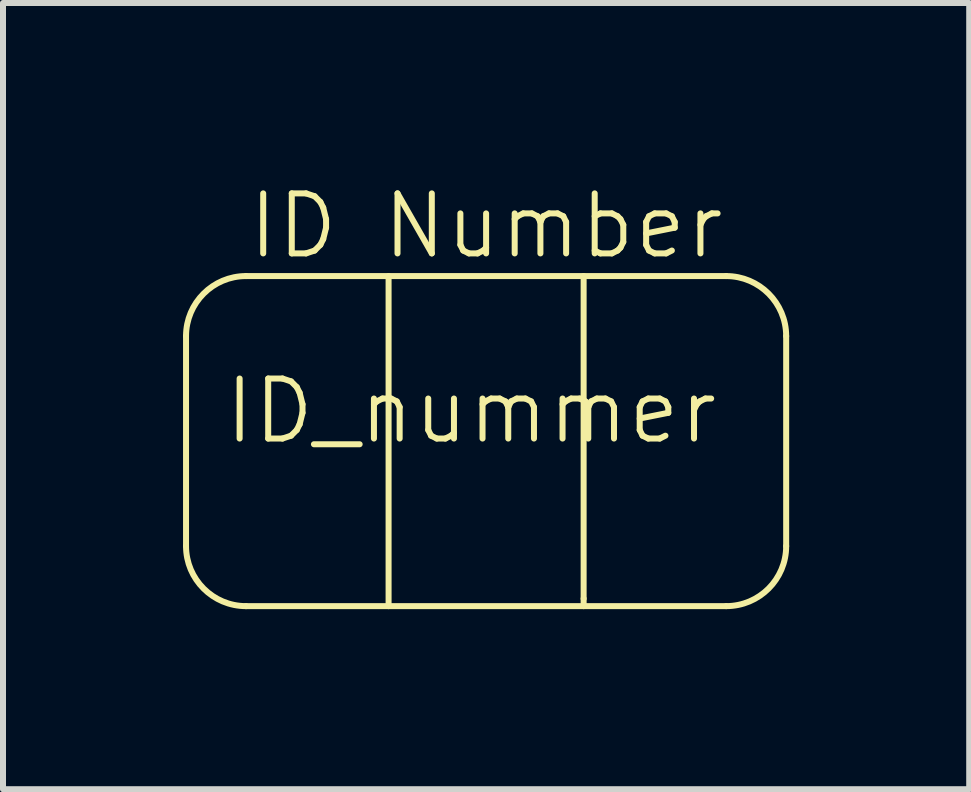
<source format=kicad_pcb>
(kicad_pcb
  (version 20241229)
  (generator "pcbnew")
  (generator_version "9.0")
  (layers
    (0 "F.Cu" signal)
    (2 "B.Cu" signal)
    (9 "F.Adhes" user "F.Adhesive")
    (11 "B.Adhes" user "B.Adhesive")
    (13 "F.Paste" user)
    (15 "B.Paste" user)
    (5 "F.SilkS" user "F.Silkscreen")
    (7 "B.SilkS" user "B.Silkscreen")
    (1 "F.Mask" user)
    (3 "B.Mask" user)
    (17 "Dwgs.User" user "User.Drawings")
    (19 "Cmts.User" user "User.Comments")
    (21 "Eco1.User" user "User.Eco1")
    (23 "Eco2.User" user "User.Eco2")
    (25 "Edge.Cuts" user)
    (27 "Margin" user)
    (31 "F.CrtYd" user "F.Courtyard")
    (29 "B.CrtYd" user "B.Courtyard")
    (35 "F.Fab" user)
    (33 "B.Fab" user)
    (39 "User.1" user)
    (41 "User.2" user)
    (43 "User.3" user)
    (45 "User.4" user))
  (footprint "ID_nummer"
    (layer "F.Cu")
    (at 4.8 4.3)
    (property "Reference" "ID_nummer" (at 0 -0.5 0) (unlocked yes) (layer "F.SilkS") (effects (font (size 1 1) (thickness 0.1))))
    (attr smd)
    (fp_line (start -4.25 -0.5) (end -4.25 -1.75) (stroke (width 0.5) (type solid)) (layer "F.Mask"))
    (fp_line (start -4.25 0.5) (end -4.25 1.75) (stroke (width 0.5) (type solid)) (layer "F.Mask"))
    (fp_line (start -3.875 -2.25) (end -2.125 -2.25) (stroke (width 0.5) (type solid)) (layer "F.Mask"))
    (fp_line (start -3.75 0) (end -2.25 0) (stroke (width 0.5) (type solid)) (layer "F.Mask"))
    (fp_line (start -2.125 2.25) (end -3.875 2.25) (stroke (width 0.5) (type solid)) (layer "F.Mask"))
    (fp_line (start -1.75 -0.5) (end -1.75 -1.75) (stroke (width 0.5) (type solid)) (layer "F.Mask"))
    (fp_line (start -1.75 1.75) (end -1.75 0.5) (stroke (width 0.5) (type solid)) (layer "F.Mask"))
    (fp_line (start -1 -0.5) (end -1 -1.75) (stroke (width 0.5) (type solid)) (layer "F.Mask"))
    (fp_line (start -1 0.5) (end -1 1.75) (stroke (width 0.5) (type solid)) (layer "F.Mask"))
    (fp_line (start -0.625 -2.25) (end 1.125 -2.25) (stroke (width 0.5) (type solid)) (layer "F.Mask"))
    (fp_line (start -0.5 0) (end 1 0) (stroke (width 0.5) (type solid)) (layer "F.Mask"))
    (fp_line (start 1.125 2.25) (end -0.625 2.25) (stroke (width 0.5) (type solid)) (layer "F.Mask"))
    (fp_line (start 1.5 -0.5) (end 1.5 -1.75) (stroke (width 0.5) (type solid)) (layer "F.Mask"))
    (fp_line (start 1.5 1.75) (end 1.5 0.5) (stroke (width 0.5) (type solid)) (layer "F.Mask"))
    (fp_line (start 2.25 -0.5) (end 2.25 -1.75) (stroke (width 0.5) (type solid)) (layer "F.Mask"))
    (fp_line (start 2.25 0.5) (end 2.25 1.75) (stroke (width 0.5) (type solid)) (layer "F.Mask"))
    (fp_line (start 2.625 -2.25) (end 4.375 -2.25) (stroke (width 0.5) (type solid)) (layer "F.Mask"))
    (fp_line (start 2.75 0) (end 4.25 0) (stroke (width 0.5) (type solid)) (layer "F.Mask"))
    (fp_line (start 4.375 2.25) (end 2.625 2.25) (stroke (width 0.5) (type solid)) (layer "F.Mask"))
    (fp_line (start 4.75 -0.5) (end 4.75 -1.75) (stroke (width 0.5) (type solid)) (layer "F.Mask"))
    (fp_line (start 4.75 1.75) (end 4.75 0.5) (stroke (width 0.5) (type solid)) (layer "F.Mask"))
    (fp_line (start -4.75 1.75) (end -4.75 -1.75) (stroke (width 0.1) (type default)) (layer "F.SilkS"))
    (fp_line (start -3.75 -2.75) (end 4.25 -2.75) (stroke (width 0.1) (type default)) (layer "F.SilkS"))
    (fp_line (start -1.375 -2.75) (end -1.375 2.75) (stroke (width 0.1) (type default)) (layer "F.SilkS"))
    (fp_line (start 1.875 -2.75) (end 1.875 2.625) (stroke (width 0.1) (type default)) (layer "F.SilkS"))
    (fp_line (start 1.875 2.625) (end 1.875 2.75) (stroke (width 0.1) (type default)) (layer "F.SilkS"))
    (fp_line (start 4.25 2.75) (end -3.75 2.75) (stroke (width 0.1) (type default)) (layer "F.SilkS"))
    (fp_line (start 5.25 -1.75) (end 5.25 1.75) (stroke (width 0.1) (type default)) (layer "F.SilkS"))
    (fp_arc (start -4.75 -1.75) (mid -4.457107 -2.457107) (end -3.75 -2.75) (stroke (width 0.1) (type default)) (layer "F.SilkS"))
    (fp_arc (start -3.75 2.75) (mid -4.457107 2.457107) (end -4.75 1.75) (stroke (width 0.1) (type default)) (layer "F.SilkS"))
    (fp_arc (start 4.25 -2.75) (mid 4.957107 -2.457107) (end 5.25 -1.75) (stroke (width 0.1) (type default)) (layer "F.SilkS"))
    (fp_arc (start 5.25 1.75) (mid 4.957107 2.457107) (end 4.25 2.75) (stroke (width 0.1) (type default)) (layer "F.SilkS"))
    (fp_text user "ID Number" (at 0.25 -3 0) (unlocked yes) (layer "F.SilkS") (effects (font (size 1 1) (thickness 0.1)) (justify bottom))))
  (gr_rect
    (start -3 -3)
    (end 13.1 10.1)
    (stroke (width 0.1) (type default))
    (fill no)
    (layer "Edge.Cuts")))
</source>
